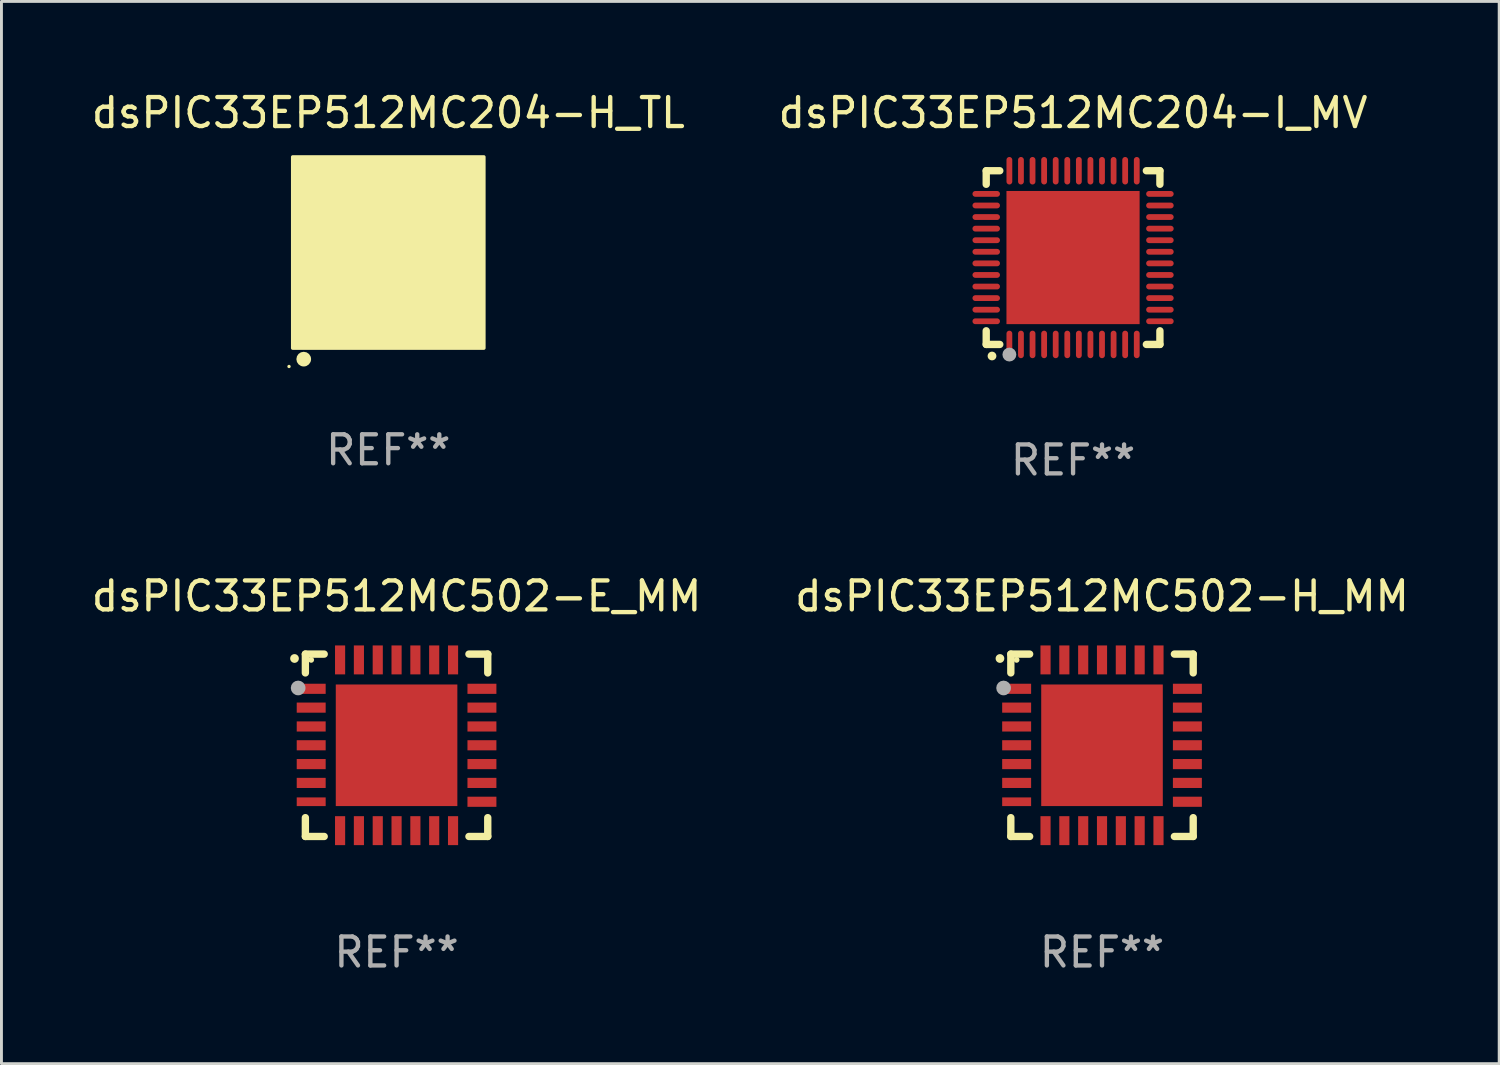
<source format=kicad_pcb>
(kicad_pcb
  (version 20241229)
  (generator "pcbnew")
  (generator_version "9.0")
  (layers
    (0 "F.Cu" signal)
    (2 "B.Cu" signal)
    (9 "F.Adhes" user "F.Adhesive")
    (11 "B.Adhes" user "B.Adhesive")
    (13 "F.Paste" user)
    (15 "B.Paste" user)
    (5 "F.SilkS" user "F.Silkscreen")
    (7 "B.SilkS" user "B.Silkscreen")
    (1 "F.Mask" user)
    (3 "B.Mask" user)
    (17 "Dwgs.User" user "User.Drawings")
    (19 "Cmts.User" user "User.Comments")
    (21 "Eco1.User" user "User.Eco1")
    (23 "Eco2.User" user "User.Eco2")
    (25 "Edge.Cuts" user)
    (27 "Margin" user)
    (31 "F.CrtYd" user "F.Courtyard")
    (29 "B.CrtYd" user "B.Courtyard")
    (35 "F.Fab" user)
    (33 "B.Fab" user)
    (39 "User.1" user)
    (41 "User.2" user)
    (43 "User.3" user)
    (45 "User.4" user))
  (footprint "dsPIC33EP512MC502-E_MM"
    (layer "F.Cu")
    (at 10.649 22.695)
    (property "Reference" "dsPIC33EP512MC502-E_MM" (at 0 -5.15 0) (layer "F.SilkS") (effects (font (size 1 1) (thickness 0.15))))
    (attr through_hole)
    (fp_line (start -3.15 -3.15) (end -2.5 -3.15) (stroke (width 0.254) (type solid)) (layer "F.SilkS"))
    (fp_line (start -3.15 -2.5) (end -3.15 -3.15) (stroke (width 0.254) (type solid)) (layer "F.SilkS"))
    (fp_line (start -3.15 3.15) (end -3.15 2.5) (stroke (width 0.254) (type solid)) (layer "F.SilkS"))
    (fp_line (start -2.5 3.15) (end -3.15 3.15) (stroke (width 0.254) (type solid)) (layer "F.SilkS"))
    (fp_line (start 2.5 -3.15) (end 3.15 -3.15) (stroke (width 0.254) (type solid)) (layer "F.SilkS"))
    (fp_line (start 2.5 3.15) (end 3.15 3.15) (stroke (width 0.254) (type solid)) (layer "F.SilkS"))
    (fp_line (start 3.15 -3.15) (end 3.15 -2.5) (stroke (width 0.254) (type solid)) (layer "F.SilkS"))
    (fp_line (start 3.15 3.15) (end 3.15 2.5) (stroke (width 0.254) (type solid)) (layer "F.SilkS"))
    (fp_arc (start -3.525527 -2.997206) (mid -3.525532 -2.998476) (end -3.525527 -2.999746) (stroke (width 0.3) (type solid)) (layer "F.SilkS"))
    (fp_circle (center -2.95 -2.95) (end -2.9 -2.95) (stroke (width 0.1) (type solid)) (fill no) (layer "F.SilkS"))
    (fp_circle (center -3.4 -1.98) (end -3.273 -1.98) (stroke (width 0.254) (type solid)) (fill no) (layer "F.Fab"))
    (fp_text user "REF**" (at 0 7.15 0) (layer "F.Fab") (effects (font (size 1 1) (thickness 0.15))))
    (pad "1" smd rect (at -2.949 -1.951 90) (size 0.35 1) (layers "F.Cu" "F.Mask" "F.Paste"))
    (pad "2" smd rect (at -2.949 -1.301 90) (size 0.35 1) (layers "F.Cu" "F.Mask" "F.Paste"))
    (pad "3" smd rect (at -2.949 -0.65 90) (size 0.35 1) (layers "F.Cu" "F.Mask" "F.Paste"))
    (pad "4" smd rect (at -2.949 -0.000025 90) (size 0.35 1) (layers "F.Cu" "F.Mask" "F.Paste"))
    (pad "5" smd rect (at -2.949 0.65 90) (size 0.35 1) (layers "F.Cu" "F.Mask" "F.Paste"))
    (pad "6" smd rect (at -2.949 1.3 90) (size 0.35 1) (layers "F.Cu" "F.Mask" "F.Paste"))
    (pad "7" smd rect (at -2.949 1.951 90) (size 0.3 1) (layers "F.Cu" "F.Mask" "F.Paste"))
    (pad "8" smd rect (at -1.951 2.949) (size 0.35 1) (layers "F.Cu" "F.Mask" "F.Paste"))
    (pad "9" smd rect (at -1.301 2.949) (size 0.35 1) (layers "F.Cu" "F.Mask" "F.Paste"))
    (pad "10" smd rect (at -0.65 2.949) (size 0.35 1) (layers "F.Cu" "F.Mask" "F.Paste"))
    (pad "11" smd rect (at -0.000076 2.949) (size 0.35 1) (layers "F.Cu" "F.Mask" "F.Paste"))
    (pad "12" smd rect (at 0.65 2.949) (size 0.35 1) (layers "F.Cu" "F.Mask" "F.Paste"))
    (pad "13" smd rect (at 1.3 2.949) (size 0.35 1) (layers "F.Cu" "F.Mask" "F.Paste"))
    (pad "14" smd rect (at 1.951 2.949) (size 0.35 1) (layers "F.Cu" "F.Mask" "F.Paste"))
    (pad "15" smd rect (at 2.949 1.951 90) (size 0.35 1) (layers "F.Cu" "F.Mask" "F.Paste"))
    (pad "16" smd rect (at 2.949 1.3 90) (size 0.35 1) (layers "F.Cu" "F.Mask" "F.Paste"))
    (pad "17" smd rect (at 2.949 0.65 90) (size 0.35 1) (layers "F.Cu" "F.Mask" "F.Paste"))
    (pad "18" smd rect (at 2.949 -0.000025 90) (size 0.35 1) (layers "F.Cu" "F.Mask" "F.Paste"))
    (pad "19" smd rect (at 2.949 -0.65 90) (size 0.35 1) (layers "F.Cu" "F.Mask" "F.Paste"))
    (pad "20" smd rect (at 2.949 -1.301 90) (size 0.35 1) (layers "F.Cu" "F.Mask" "F.Paste"))
    (pad "21" smd rect (at 2.949 -1.951 90) (size 0.35 1) (layers "F.Cu" "F.Mask" "F.Paste"))
    (pad "22" smd rect (at 1.951 -2.949) (size 0.35 1) (layers "F.Cu" "F.Mask" "F.Paste"))
    (pad "23" smd rect (at 1.3 -2.949) (size 0.35 1) (layers "F.Cu" "F.Mask" "F.Paste"))
    (pad "24" smd rect (at 0.65 -2.949) (size 0.35 1) (layers "F.Cu" "F.Mask" "F.Paste"))
    (pad "25" smd rect (at -0.000076 -2.949) (size 0.35 1) (layers "F.Cu" "F.Mask" "F.Paste"))
    (pad "26" smd rect (at -0.65 -2.949) (size 0.35 1) (layers "F.Cu" "F.Mask" "F.Paste"))
    (pad "27" smd rect (at -1.301 -2.949) (size 0.35 1) (layers "F.Cu" "F.Mask" "F.Paste"))
    (pad "28" smd rect (at -1.951 -2.949) (size 0.35 1) (layers "F.Cu" "F.Mask" "F.Paste"))
    (pad "29" smd rect (at -0.000076 -0.000025) (size 4.2 4.2) (layers "F.Cu" "F.Mask" "F.Paste")))
  (footprint "dsPIC33EP512MC502-H_MM"
    (layer "F.Cu")
    (at 35.018 22.695)
    (property "Reference" "dsPIC33EP512MC502-H_MM" (at 0 -5.15 0) (layer "F.SilkS") (effects (font (size 1 1) (thickness 0.15))))
    (attr through_hole)
    (fp_line (start -3.15 -3.15) (end -2.5 -3.15) (stroke (width 0.254) (type solid)) (layer "F.SilkS"))
    (fp_line (start -3.15 -2.5) (end -3.15 -3.15) (stroke (width 0.254) (type solid)) (layer "F.SilkS"))
    (fp_line (start -3.15 3.15) (end -3.15 2.5) (stroke (width 0.254) (type solid)) (layer "F.SilkS"))
    (fp_line (start -2.5 3.15) (end -3.15 3.15) (stroke (width 0.254) (type solid)) (layer "F.SilkS"))
    (fp_line (start 2.5 -3.15) (end 3.15 -3.15) (stroke (width 0.254) (type solid)) (layer "F.SilkS"))
    (fp_line (start 2.5 3.15) (end 3.15 3.15) (stroke (width 0.254) (type solid)) (layer "F.SilkS"))
    (fp_line (start 3.15 -3.15) (end 3.15 -2.5) (stroke (width 0.254) (type solid)) (layer "F.SilkS"))
    (fp_line (start 3.15 3.15) (end 3.15 2.5) (stroke (width 0.254) (type solid)) (layer "F.SilkS"))
    (fp_arc (start -3.525527 -2.997206) (mid -3.525532 -2.998476) (end -3.525527 -2.999746) (stroke (width 0.3) (type solid)) (layer "F.SilkS"))
    (fp_circle (center -2.95 -2.95) (end -2.9 -2.95) (stroke (width 0.1) (type solid)) (fill no) (layer "F.SilkS"))
    (fp_circle (center -3.4 -1.98) (end -3.273 -1.98) (stroke (width 0.254) (type solid)) (fill no) (layer "F.Fab"))
    (fp_text user "REF**" (at 0 7.15 0) (layer "F.Fab") (effects (font (size 1 1) (thickness 0.15))))
    (pad "1" smd rect (at -2.949 -1.951 90) (size 0.35 1) (layers "F.Cu" "F.Mask" "F.Paste"))
    (pad "2" smd rect (at -2.949 -1.301 90) (size 0.35 1) (layers "F.Cu" "F.Mask" "F.Paste"))
    (pad "3" smd rect (at -2.949 -0.65 90) (size 0.35 1) (layers "F.Cu" "F.Mask" "F.Paste"))
    (pad "4" smd rect (at -2.949 -0.000025 90) (size 0.35 1) (layers "F.Cu" "F.Mask" "F.Paste"))
    (pad "5" smd rect (at -2.949 0.65 90) (size 0.35 1) (layers "F.Cu" "F.Mask" "F.Paste"))
    (pad "6" smd rect (at -2.949 1.3 90) (size 0.35 1) (layers "F.Cu" "F.Mask" "F.Paste"))
    (pad "7" smd rect (at -2.949 1.951 90) (size 0.3 1) (layers "F.Cu" "F.Mask" "F.Paste"))
    (pad "8" smd rect (at -1.951 2.949) (size 0.35 1) (layers "F.Cu" "F.Mask" "F.Paste"))
    (pad "9" smd rect (at -1.301 2.949) (size 0.35 1) (layers "F.Cu" "F.Mask" "F.Paste"))
    (pad "10" smd rect (at -0.65 2.949) (size 0.35 1) (layers "F.Cu" "F.Mask" "F.Paste"))
    (pad "11" smd rect (at -0.000076 2.949) (size 0.35 1) (layers "F.Cu" "F.Mask" "F.Paste"))
    (pad "12" smd rect (at 0.65 2.949) (size 0.35 1) (layers "F.Cu" "F.Mask" "F.Paste"))
    (pad "13" smd rect (at 1.3 2.949) (size 0.35 1) (layers "F.Cu" "F.Mask" "F.Paste"))
    (pad "14" smd rect (at 1.951 2.949) (size 0.35 1) (layers "F.Cu" "F.Mask" "F.Paste"))
    (pad "15" smd rect (at 2.949 1.951 90) (size 0.35 1) (layers "F.Cu" "F.Mask" "F.Paste"))
    (pad "16" smd rect (at 2.949 1.3 90) (size 0.35 1) (layers "F.Cu" "F.Mask" "F.Paste"))
    (pad "17" smd rect (at 2.949 0.65 90) (size 0.35 1) (layers "F.Cu" "F.Mask" "F.Paste"))
    (pad "18" smd rect (at 2.949 -0.000025 90) (size 0.35 1) (layers "F.Cu" "F.Mask" "F.Paste"))
    (pad "19" smd rect (at 2.949 -0.65 90) (size 0.35 1) (layers "F.Cu" "F.Mask" "F.Paste"))
    (pad "20" smd rect (at 2.949 -1.301 90) (size 0.35 1) (layers "F.Cu" "F.Mask" "F.Paste"))
    (pad "21" smd rect (at 2.949 -1.951 90) (size 0.35 1) (layers "F.Cu" "F.Mask" "F.Paste"))
    (pad "22" smd rect (at 1.951 -2.949) (size 0.35 1) (layers "F.Cu" "F.Mask" "F.Paste"))
    (pad "23" smd rect (at 1.3 -2.949) (size 0.35 1) (layers "F.Cu" "F.Mask" "F.Paste"))
    (pad "24" smd rect (at 0.65 -2.949) (size 0.35 1) (layers "F.Cu" "F.Mask" "F.Paste"))
    (pad "25" smd rect (at -0.000076 -2.949) (size 0.35 1) (layers "F.Cu" "F.Mask" "F.Paste"))
    (pad "26" smd rect (at -0.65 -2.949) (size 0.35 1) (layers "F.Cu" "F.Mask" "F.Paste"))
    (pad "27" smd rect (at -1.301 -2.949) (size 0.35 1) (layers "F.Cu" "F.Mask" "F.Paste"))
    (pad "28" smd rect (at -1.951 -2.949) (size 0.35 1) (layers "F.Cu" "F.Mask" "F.Paste"))
    (pad "29" smd rect (at -0.000076 -0.000025) (size 4.2 4.2) (layers "F.Cu" "F.Mask" "F.Paste")))
  (footprint "dsPIC33EP512MC204-H_TL"
    (layer "F.Cu")
    (at 10.363 5.673)
    (property "Reference" "dsPIC33EP512MC204-H_TL" (at 0 -4.825 0) (layer "F.SilkS") (effects (font (size 1 1) (thickness 0.15))))
    (attr through_hole)
    (fp_circle (center -3.429 3.937) (end -3.399 3.937) (stroke (width 0.06) (type solid)) (fill no) (layer "F.SilkS"))
    (fp_circle (center -2.921 3.683) (end -2.794 3.683) (stroke (width 0.254) (type solid)) (fill no) (layer "F.SilkS"))
    (fp_poly (pts (xy -3.302 -3.302) (xy 3.302 -3.302) (xy 3.302 3.302) (xy -3.302 3.302)) (stroke (width 0.12) (type solid)) (fill yes) (layer "F.SilkS"))
    (fp_text user "REF**" (at 0 6.825 0) (layer "F.Fab") (effects (font (size 1 1) (thickness 0.15))))
    (pad "1" smd rect (at -2.25 2.825) (size 0.3 0.45) (layers "F.Cu" "F.Mask" "F.Paste"))
    (pad "2" smd rect (at -1.75 2.825) (size 0.3 0.45) (layers "F.Cu" "F.Mask" "F.Paste"))
    (pad "3" smd rect (at -1.25 2.825) (size 0.3 0.45) (layers "F.Cu" "F.Mask" "F.Paste"))
    (pad "4" smd rect (at -0.75 2.825) (size 0.3 0.45) (layers "F.Cu" "F.Mask" "F.Paste"))
    (pad "5" smd rect (at -0.25 2.825) (size 0.3 0.45) (layers "F.Cu" "F.Mask" "F.Paste"))
    (pad "6" smd rect (at 0.25 2.825) (size 0.3 0.45) (layers "F.Cu" "F.Mask" "F.Paste"))
    (pad "7" smd rect (at 0.75 2.825) (size 0.3 0.45) (layers "F.Cu" "F.Mask" "F.Paste"))
    (pad "8" smd rect (at 1.25 2.825) (size 0.3 0.45) (layers "F.Cu" "F.Mask" "F.Paste"))
    (pad "9" smd rect (at 1.75 2.825) (size 0.3 0.45) (layers "F.Cu" "F.Mask" "F.Paste"))
    (pad "10" smd rect (at 2.25 2.825) (size 0.3 0.45) (layers "F.Cu" "F.Mask" "F.Paste"))
    (pad "11" smd rect (at 2.825 2.825 90) (size 0.45 0.45) (layers "F.Cu" "F.Mask" "F.Paste"))
    (pad "12" smd rect (at 2.825 2.25 90) (size 0.3 0.45) (layers "F.Cu" "F.Mask" "F.Paste"))
    (pad "13" smd rect (at 2.825 1.75 90) (size 0.3 0.45) (layers "F.Cu" "F.Mask" "F.Paste"))
    (pad "14" smd rect (at 2.825 1.25 90) (size 0.3 0.45) (layers "F.Cu" "F.Mask" "F.Paste"))
    (pad "15" smd rect (at 2.825 0.75 90) (size 0.3 0.45) (layers "F.Cu" "F.Mask" "F.Paste"))
    (pad "16" smd rect (at 2.825 0.25 90) (size 0.3 0.45) (layers "F.Cu" "F.Mask" "F.Paste"))
    (pad "17" smd rect (at 2.825 -0.25 90) (size 0.3 0.45) (layers "F.Cu" "F.Mask" "F.Paste"))
    (pad "18" smd rect (at 2.825 -0.75 90) (size 0.3 0.45) (layers "F.Cu" "F.Mask" "F.Paste"))
    (pad "19" smd rect (at 2.825 -1.25 90) (size 0.3 0.45) (layers "F.Cu" "F.Mask" "F.Paste"))
    (pad "20" smd rect (at 2.825 -1.75 90) (size 0.3 0.45) (layers "F.Cu" "F.Mask" "F.Paste"))
    (pad "21" smd rect (at 2.825 -2.25 90) (size 0.3 0.45) (layers "F.Cu" "F.Mask" "F.Paste"))
    (pad "22" smd rect (at 2.825 -2.825 90) (size 0.45 0.45) (layers "F.Cu" "F.Mask" "F.Paste"))
    (pad "23" smd rect (at 2.25 -2.825) (size 0.3 0.45) (layers "F.Cu" "F.Mask" "F.Paste"))
    (pad "24" smd rect (at 1.75 -2.825) (size 0.3 0.45) (layers "F.Cu" "F.Mask" "F.Paste"))
    (pad "25" smd rect (at 1.25 -2.825) (size 0.3 0.45) (layers "F.Cu" "F.Mask" "F.Paste"))
    (pad "26" smd rect (at 0.75 -2.825) (size 0.3 0.45) (layers "F.Cu" "F.Mask" "F.Paste"))
    (pad "27" smd rect (at 0.25 -2.825) (size 0.3 0.45) (layers "F.Cu" "F.Mask" "F.Paste"))
    (pad "28" smd rect (at -0.25 -2.825) (size 0.3 0.45) (layers "F.Cu" "F.Mask" "F.Paste"))
    (pad "29" smd rect (at -0.75 -2.825) (size 0.3 0.45) (layers "F.Cu" "F.Mask" "F.Paste"))
    (pad "30" smd rect (at -1.25 -2.825) (size 0.3 0.45) (layers "F.Cu" "F.Mask" "F.Paste"))
    (pad "31" smd rect (at -1.75 -2.825) (size 0.3 0.45) (layers "F.Cu" "F.Mask" "F.Paste"))
    (pad "32" smd rect (at -2.25 -2.825) (size 0.3 0.45) (layers "F.Cu" "F.Mask" "F.Paste"))
    (pad "33" smd rect (at -2.825 -2.825 90) (size 0.45 0.45) (layers "F.Cu" "F.Mask" "F.Paste"))
    (pad "34" smd rect (at -2.825 -2.25 90) (size 0.3 0.45) (layers "F.Cu" "F.Mask" "F.Paste"))
    (pad "35" smd rect (at -2.825 -1.75 90) (size 0.3 0.45) (layers "F.Cu" "F.Mask" "F.Paste"))
    (pad "36" smd rect (at -2.825 -1.25 90) (size 0.3 0.45) (layers "F.Cu" "F.Mask" "F.Paste"))
    (pad "37" smd rect (at -2.825 -0.75 90) (size 0.3 0.45) (layers "F.Cu" "F.Mask" "F.Paste"))
    (pad "38" smd rect (at -2.825 -0.25 90) (size 0.3 0.45) (layers "F.Cu" "F.Mask" "F.Paste"))
    (pad "39" smd rect (at -2.825 0.25 90) (size 0.3 0.45) (layers "F.Cu" "F.Mask" "F.Paste"))
    (pad "40" smd rect (at -2.825 0.75 90) (size 0.3 0.45) (layers "F.Cu" "F.Mask" "F.Paste"))
    (pad "41" smd rect (at -2.825 1.25 90) (size 0.3 0.45) (layers "F.Cu" "F.Mask" "F.Paste"))
    (pad "42" smd rect (at -2.825 1.75 90) (size 0.3 0.45) (layers "F.Cu" "F.Mask" "F.Paste"))
    (pad "43" smd rect (at -2.825 2.25 90) (size 0.3 0.45) (layers "F.Cu" "F.Mask" "F.Paste"))
    (pad "44" smd rect (at -2.825 2.825 90) (size 0.45 0.45) (layers "F.Cu" "F.Mask" "F.Paste"))
    (pad "45" smd rect (at 0 0 90) (size 4.6 4.6) (layers "F.Cu" "F.Mask" "F.Paste")))
  (footprint "dsPIC33EP512MC204-I_MV"
    (layer "F.Cu")
    (at 34.018 5.848)
    (property "Reference" "dsPIC33EP512MC204-I_MV" (at 0 -5 0) (layer "F.SilkS") (effects (font (size 1 1) (thickness 0.15))))
    (attr through_hole)
    (fp_line (start -3 -3) (end -2.532 -3) (stroke (width 0.254) (type solid)) (layer "F.SilkS"))
    (fp_line (start -3 -2.532) (end -3 -3) (stroke (width 0.254) (type solid)) (layer "F.SilkS"))
    (fp_line (start -3 3) (end -3 2.529) (stroke (width 0.254) (type solid)) (layer "F.SilkS"))
    (fp_line (start -2.532 3) (end -3 3) (stroke (width 0.254) (type solid)) (layer "F.SilkS"))
    (fp_line (start 2.532 -3) (end 3 -3) (stroke (width 0.254) (type solid)) (layer "F.SilkS"))
    (fp_line (start 3 -3) (end 3 -2.532) (stroke (width 0.254) (type solid)) (layer "F.SilkS"))
    (fp_line (start 3 2.529) (end 3 3) (stroke (width 0.254) (type solid)) (layer "F.SilkS"))
    (fp_line (start 3 3) (end 2.532 3) (stroke (width 0.254) (type solid)) (layer "F.SilkS"))
    (fp_arc (start -2.801295 3.400025) (mid -2.800025 3.40002) (end -2.798755 3.400025) (stroke (width 0.3) (type solid)) (layer "F.SilkS"))
    (fp_circle (center -3 3) (end -2.97 3) (stroke (width 0.06) (type solid)) (fill no) (layer "F.SilkS"))
    (fp_circle (center -2.2 3.35) (end -2.08 3.35) (stroke (width 0.24) (type solid)) (fill no) (layer "F.Fab"))
    (fp_text user "REF**" (at 0 7 0) (layer "F.Fab") (effects (font (size 1 1) (thickness 0.15))))
    (pad "1" smd oval (at -2.2 3) (size 0.2 0.95) (layers "F.Cu" "F.Mask" "F.Paste"))
    (pad "2" smd oval (at -1.8 3) (size 0.2 0.95) (layers "F.Cu" "F.Mask" "F.Paste"))
    (pad "3" smd oval (at -1.4 3) (size 0.2 0.95) (layers "F.Cu" "F.Mask" "F.Paste"))
    (pad "4" smd oval (at -1 3) (size 0.2 0.95) (layers "F.Cu" "F.Mask" "F.Paste"))
    (pad "5" smd oval (at -0.6 3) (size 0.2 0.95) (layers "F.Cu" "F.Mask" "F.Paste"))
    (pad "6" smd oval (at -0.2 3) (size 0.2 0.95) (layers "F.Cu" "F.Mask" "F.Paste"))
    (pad "7" smd oval (at 0.2 3) (size 0.2 0.95) (layers "F.Cu" "F.Mask" "F.Paste"))
    (pad "8" smd oval (at 0.6 3) (size 0.2 0.95) (layers "F.Cu" "F.Mask" "F.Paste"))
    (pad "9" smd oval (at 1 3) (size 0.2 0.95) (layers "F.Cu" "F.Mask" "F.Paste"))
    (pad "10" smd oval (at 1.4 3) (size 0.2 0.95) (layers "F.Cu" "F.Mask" "F.Paste"))
    (pad "11" smd oval (at 1.8 3) (size 0.2 0.95) (layers "F.Cu" "F.Mask" "F.Paste"))
    (pad "12" smd oval (at 2.2 3) (size 0.2 0.95) (layers "F.Cu" "F.Mask" "F.Paste"))
    (pad "13" smd oval (at 3 2.2 90) (size 0.2 0.95) (layers "F.Cu" "F.Mask" "F.Paste"))
    (pad "14" smd oval (at 3 1.8 90) (size 0.2 0.95) (layers "F.Cu" "F.Mask" "F.Paste"))
    (pad "15" smd oval (at 3 1.4 90) (size 0.2 0.95) (layers "F.Cu" "F.Mask" "F.Paste"))
    (pad "16" smd oval (at 3 1 90) (size 0.2 0.95) (layers "F.Cu" "F.Mask" "F.Paste"))
    (pad "17" smd oval (at 3 0.6 90) (size 0.2 0.95) (layers "F.Cu" "F.Mask" "F.Paste"))
    (pad "18" smd oval (at 3 0.2 90) (size 0.2 0.95) (layers "F.Cu" "F.Mask" "F.Paste"))
    (pad "19" smd oval (at 3 -0.2 90) (size 0.2 0.95) (layers "F.Cu" "F.Mask" "F.Paste"))
    (pad "20" smd oval (at 3 -0.6 90) (size 0.2 0.95) (layers "F.Cu" "F.Mask" "F.Paste"))
    (pad "21" smd oval (at 3 -1 90) (size 0.2 0.95) (layers "F.Cu" "F.Mask" "F.Paste"))
    (pad "22" smd oval (at 3 -1.4 90) (size 0.2 0.95) (layers "F.Cu" "F.Mask" "F.Paste"))
    (pad "23" smd oval (at 3 -1.8 90) (size 0.2 0.95) (layers "F.Cu" "F.Mask" "F.Paste"))
    (pad "24" smd oval (at 3 -2.2 90) (size 0.2 0.95) (layers "F.Cu" "F.Mask" "F.Paste"))
    (pad "25" smd oval (at 2.2 -3 180) (size 0.2 0.95) (layers "F.Cu" "F.Mask" "F.Paste"))
    (pad "26" smd oval (at 1.8 -3 180) (size 0.2 0.95) (layers "F.Cu" "F.Mask" "F.Paste"))
    (pad "27" smd oval (at 1.4 -3 180) (size 0.2 0.95) (layers "F.Cu" "F.Mask" "F.Paste"))
    (pad "28" smd oval (at 1 -3 180) (size 0.2 0.95) (layers "F.Cu" "F.Mask" "F.Paste"))
    (pad "29" smd oval (at 0.6 -3 180) (size 0.2 0.95) (layers "F.Cu" "F.Mask" "F.Paste"))
    (pad "30" smd oval (at 0.2 -3 180) (size 0.2 0.95) (layers "F.Cu" "F.Mask" "F.Paste"))
    (pad "31" smd oval (at -0.2 -3 180) (size 0.2 0.95) (layers "F.Cu" "F.Mask" "F.Paste"))
    (pad "32" smd oval (at -0.6 -3 180) (size 0.2 0.95) (layers "F.Cu" "F.Mask" "F.Paste"))
    (pad "33" smd oval (at -1 -3 180) (size 0.2 0.95) (layers "F.Cu" "F.Mask" "F.Paste"))
    (pad "34" smd oval (at -1.4 -3 180) (size 0.2 0.95) (layers "F.Cu" "F.Mask" "F.Paste"))
    (pad "35" smd oval (at -1.8 -3 180) (size 0.2 0.95) (layers "F.Cu" "F.Mask" "F.Paste"))
    (pad "36" smd oval (at -2.2 -3 180) (size 0.2 0.95) (layers "F.Cu" "F.Mask" "F.Paste"))
    (pad "37" smd oval (at -3 -2.2 270) (size 0.2 0.95) (layers "F.Cu" "F.Mask" "F.Paste"))
    (pad "38" smd oval (at -3 -1.8 270) (size 0.2 0.95) (layers "F.Cu" "F.Mask" "F.Paste"))
    (pad "39" smd oval (at -3 -1.4 270) (size 0.2 0.95) (layers "F.Cu" "F.Mask" "F.Paste"))
    (pad "40" smd oval (at -3 -1 270) (size 0.2 0.95) (layers "F.Cu" "F.Mask" "F.Paste"))
    (pad "41" smd oval (at -3 -0.6 270) (size 0.2 0.95) (layers "F.Cu" "F.Mask" "F.Paste"))
    (pad "42" smd oval (at -3 -0.2 270) (size 0.2 0.95) (layers "F.Cu" "F.Mask" "F.Paste"))
    (pad "43" smd oval (at -3 0.2 270) (size 0.2 0.95) (layers "F.Cu" "F.Mask" "F.Paste"))
    (pad "44" smd oval (at -3 0.6 270) (size 0.2 0.95) (layers "F.Cu" "F.Mask" "F.Paste"))
    (pad "45" smd oval (at -3 1 270) (size 0.2 0.95) (layers "F.Cu" "F.Mask" "F.Paste"))
    (pad "46" smd oval (at -3 1.4 270) (size 0.2 0.95) (layers "F.Cu" "F.Mask" "F.Paste"))
    (pad "47" smd oval (at -3 1.8 270) (size 0.2 0.95) (layers "F.Cu" "F.Mask" "F.Paste"))
    (pad "48" smd oval (at -3 2.2 270) (size 0.2 0.95) (layers "F.Cu" "F.Mask" "F.Paste"))
    (pad "49" smd rect (at -0.001 -0.001 180) (size 4.6 4.6) (layers "F.Cu" "F.Mask" "F.Paste")))
  (gr_rect
    (start -3 -3)
    (end 48.738 33.693)
    (stroke (width 0.1) (type default))
    (fill no)
    (layer "Edge.Cuts")))
</source>
